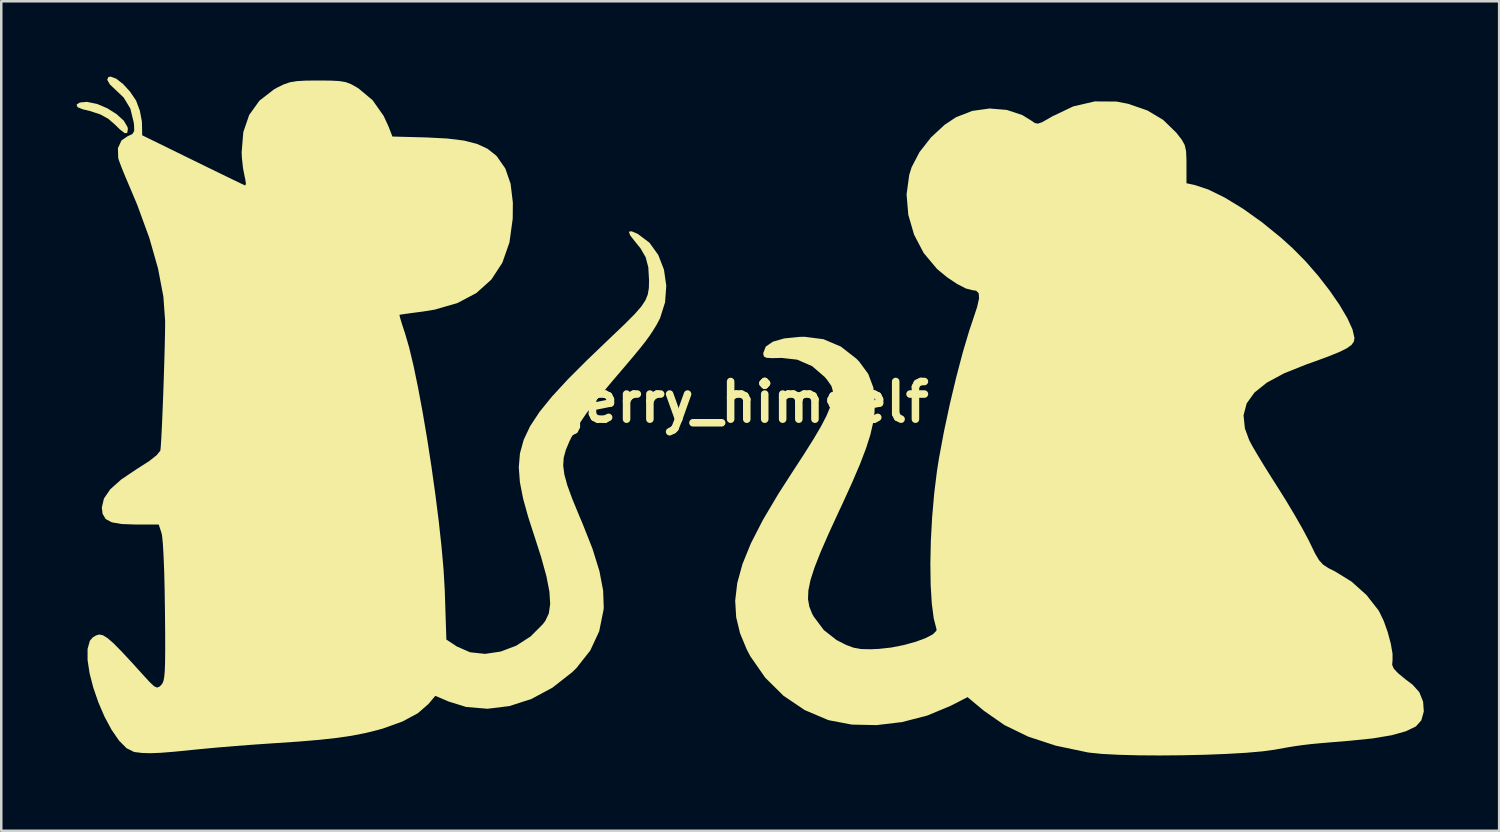
<source format=kicad_pcb>
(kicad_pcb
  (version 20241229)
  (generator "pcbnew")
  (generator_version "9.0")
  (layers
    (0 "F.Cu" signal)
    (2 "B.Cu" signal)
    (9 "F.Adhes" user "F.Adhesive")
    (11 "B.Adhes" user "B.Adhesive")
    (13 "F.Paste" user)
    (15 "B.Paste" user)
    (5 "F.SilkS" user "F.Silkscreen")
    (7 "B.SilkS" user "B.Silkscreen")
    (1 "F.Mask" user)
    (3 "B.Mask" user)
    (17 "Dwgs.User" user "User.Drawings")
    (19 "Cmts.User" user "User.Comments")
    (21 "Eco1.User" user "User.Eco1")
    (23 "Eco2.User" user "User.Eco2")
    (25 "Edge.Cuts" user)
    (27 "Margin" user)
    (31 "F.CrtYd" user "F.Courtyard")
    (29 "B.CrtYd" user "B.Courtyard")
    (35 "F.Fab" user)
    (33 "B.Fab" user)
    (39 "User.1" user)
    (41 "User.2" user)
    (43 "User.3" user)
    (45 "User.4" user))
  (footprint "jerry_himself"
    (layer "F.Cu")
    (at 26.715 12.959)
    (property "Reference" "jerry_himself" (at 0 0 0) (layer "F.SilkS") (effects (font (size 1.5 1.5) (thickness 0.3))))
    (attr board_only exclude_from_pos_files exclude_from_bom)
    (fp_poly (pts (xy -26.297 -11.952) (xy -25.901 -11.871) (xy -25.493 -11.698) (xy -25.122 -11.464) (xy -24.836 -11.203) (xy -24.686 -10.947) (xy -24.674 -10.866) (xy -24.702 -10.715) (xy -24.801 -10.709) (xy -24.991 -10.854) (xy -25.177 -11.038) (xy -25.453 -11.279) (xy -25.768 -11.453) (xy -26.19 -11.591) (xy -26.47 -11.658) (xy -26.683 -11.745) (xy -26.715 -11.847) (xy -26.586 -11.928) (xy -26.318 -11.953)) (stroke (width 0) (type solid)) (fill yes) (layer "F.SilkS"))
    (fp_poly (pts (xy 14.681 -11.966) (xy 15.141 -11.878) (xy 15.914 -11.611) (xy 16.54 -11.237) (xy 17.062 -10.728) (xy 17.074 -10.713) (xy 17.279 -10.45) (xy 17.398 -10.236) (xy 17.453 -9.997) (xy 17.468 -9.658) (xy 17.469 -9.473) (xy 17.469 -8.714) (xy 17.78 -8.648) (xy 18.338 -8.465) (xy 18.994 -8.142) (xy 19.716 -7.702) (xy 20.471 -7.164) (xy 21.226 -6.551) (xy 21.698 -6.124) (xy 22.213 -5.603) (xy 22.709 -5.033) (xy 23.165 -4.446) (xy 23.56 -3.874) (xy 23.871 -3.347) (xy 24.077 -2.899) (xy 24.156 -2.56) (xy 24.156 -2.546) (xy 24.13 -2.406) (xy 24.037 -2.276) (xy 23.852 -2.144) (xy 23.551 -1.995) (xy 23.108 -1.815) (xy 22.501 -1.593) (xy 22.253 -1.506) (xy 21.361 -1.15) (xy 20.669 -0.777) (xy 20.173 -0.379) (xy 19.865 0.052) (xy 19.741 0.524) (xy 19.794 1.045) (xy 19.966 1.514) (xy 20.086 1.74) (xy 20.296 2.099) (xy 20.57 2.55) (xy 20.886 3.054) (xy 21.077 3.353) (xy 21.429 3.914) (xy 21.774 4.491) (xy 22.082 5.029) (xy 22.319 5.473) (xy 22.392 5.62) (xy 22.588 6.025) (xy 22.745 6.29) (xy 22.908 6.469) (xy 23.124 6.61) (xy 23.392 6.745) (xy 24.041 7.146) (xy 24.636 7.679) (xy 25.104 8.277) (xy 25.147 8.348) (xy 25.323 8.713) (xy 25.48 9.156) (xy 25.602 9.612) (xy 25.672 10.015) (xy 25.672 10.301) (xy 25.668 10.317) (xy 25.658 10.464) (xy 25.724 10.612) (xy 25.893 10.793) (xy 26.191 11.038) (xy 26.469 11.247) (xy 26.738 11.547) (xy 26.889 11.923) (xy 26.917 12.316) (xy 26.818 12.668) (xy 26.603 12.91) (xy 26.2 13.104) (xy 25.632 13.262) (xy 24.885 13.387) (xy 24 13.478) (xy 23.319 13.534) (xy 22.799 13.578) (xy 22.394 13.617) (xy 22.061 13.657) (xy 21.753 13.701) (xy 21.424 13.756) (xy 21.03 13.827) (xy 20.994 13.834) (xy 20.501 13.902) (xy 19.847 13.959) (xy 19.07 14.004) (xy 18.211 14.038) (xy 17.311 14.058) (xy 16.41 14.066) (xy 15.548 14.06) (xy 14.765 14.039) (xy 14.102 14.004) (xy 13.599 13.953) (xy 13.534 13.943) (xy 12.269 13.677) (xy 11.172 13.318) (xy 10.225 12.858) (xy 9.407 12.289) (xy 9.379 12.266) (xy 8.753 11.744) (xy 8.083 12.088) (xy 7.148 12.478) (xy 6.146 12.737) (xy 5.128 12.858) (xy 4.144 12.837) (xy 3.245 12.666) (xy 3.191 12.65) (xy 2.268 12.258) (xy 1.428 11.691) (xy 0.7 10.971) (xy 0.109 10.122) (xy -0.037 9.845) (xy -0.303 9.203) (xy -0.458 8.561) (xy -0.497 7.901) (xy -0.415 7.203) (xy -0.208 6.449) (xy 0.129 5.621) (xy 0.602 4.698) (xy 1.214 3.663) (xy 1.752 2.827) (xy 2.245 2.07) (xy 2.63 1.458) (xy 2.92 0.964) (xy 3.128 0.565) (xy 3.267 0.238) (xy 3.35 -0.044) (xy 3.375 -0.173) (xy 3.395 -0.429) (xy 3.338 -0.636) (xy 3.174 -0.873) (xy 3.069 -0.999) (xy 2.567 -1.432) (xy 1.972 -1.691) (xy 1.355 -1.76) (xy 0.973 -1.751) (xy 0.754 -1.764) (xy 0.652 -1.811) (xy 0.623 -1.904) (xy 0.622 -1.957) (xy 0.72 -2.211) (xy 1.004 -2.407) (xy 1.46 -2.537) (xy 2.075 -2.598) (xy 2.267 -2.602) (xy 3.017 -2.505) (xy 3.709 -2.212) (xy 4.33 -1.728) (xy 4.44 -1.614) (xy 4.8 -1.123) (xy 5.004 -0.58) (xy 5.065 0.062) (xy 5.048 0.415) (xy 4.991 0.836) (xy 4.884 1.299) (xy 4.715 1.83) (xy 4.476 2.457) (xy 4.157 3.204) (xy 3.748 4.101) (xy 3.653 4.302) (xy 3.232 5.215) (xy 2.903 5.968) (xy 2.661 6.584) (xy 2.5 7.086) (xy 2.416 7.497) (xy 2.402 7.841) (xy 2.454 8.14) (xy 2.564 8.417) (xy 2.634 8.544) (xy 3.031 9.074) (xy 3.538 9.471) (xy 3.919 9.666) (xy 4.215 9.776) (xy 4.518 9.83) (xy 4.903 9.838) (xy 5.226 9.823) (xy 5.72 9.769) (xy 6.219 9.67) (xy 6.687 9.541) (xy 7.084 9.394) (xy 7.373 9.243) (xy 7.514 9.101) (xy 7.517 9.035) (xy 7.406 8.607) (xy 7.329 8.008) (xy 7.285 7.273) (xy 7.273 6.435) (xy 7.292 5.528) (xy 7.343 4.586) (xy 7.425 3.643) (xy 7.537 2.733) (xy 7.617 2.229) (xy 7.815 1.168) (xy 8.048 0.078) (xy 8.302 -0.989) (xy 8.564 -1.982) (xy 8.822 -2.85) (xy 8.968 -3.283) (xy 9.134 -3.785) (xy 9.211 -4.127) (xy 9.198 -4.335) (xy 9.095 -4.436) (xy 8.943 -4.458) (xy 8.686 -4.525) (xy 8.337 -4.705) (xy 7.948 -4.964) (xy 7.575 -5.27) (xy 7.53 -5.312) (xy 7.006 -5.938) (xy 6.624 -6.668) (xy 6.394 -7.459) (xy 6.326 -8.268) (xy 6.432 -9.051) (xy 6.529 -9.356) (xy 6.84 -9.953) (xy 7.295 -10.535) (xy 7.839 -11.04) (xy 8.292 -11.341) (xy 8.939 -11.593) (xy 9.631 -11.69) (xy 10.315 -11.633) (xy 10.939 -11.425) (xy 11.288 -11.21) (xy 11.428 -11.113) (xy 11.553 -11.087) (xy 11.719 -11.143) (xy 11.984 -11.292) (xy 12.115 -11.37) (xy 12.962 -11.774) (xy 13.819 -11.972)) (stroke (width 0) (type solid)) (fill yes) (layer "F.SilkS"))
    (fp_poly (pts (xy -25.138 -12.877) (xy -24.866 -12.664) (xy -24.593 -12.367) (xy -24.367 -12.035) (xy -24.341 -11.987) (xy -24.197 -11.6) (xy -24.118 -11.18) (xy -24.113 -11.091) (xy -24.104 -10.623) (xy -22.098 -9.64) (xy -21.503 -9.349) (xy -20.97 -9.089) (xy -20.527 -8.874) (xy -20.204 -8.718) (xy -20.027 -8.634) (xy -20.005 -8.624) (xy -19.975 -8.69) (xy -20.004 -8.894) (xy -20.026 -8.981) (xy -20.091 -9.319) (xy -20.136 -9.737) (xy -20.145 -9.947) (xy -20.079 -10.75) (xy -19.844 -11.434) (xy -19.439 -11.999) (xy -18.864 -12.446) (xy -18.728 -12.522) (xy -18.465 -12.651) (xy -18.224 -12.733) (xy -17.948 -12.779) (xy -17.577 -12.8) (xy -17.098 -12.804) (xy -16.6 -12.8) (xy -16.253 -12.782) (xy -16.001 -12.739) (xy -15.79 -12.659) (xy -15.563 -12.532) (xy -15.493 -12.489) (xy -14.935 -12.024) (xy -14.492 -11.395) (xy -14.293 -10.963) (xy -14.143 -10.573) (xy -12.799 -10.538) (xy -11.958 -10.495) (xy -11.291 -10.412) (xy -10.768 -10.278) (xy -10.358 -10.087) (xy -10.03 -9.83) (xy -9.981 -9.78) (xy -9.648 -9.301) (xy -9.438 -8.694) (xy -9.348 -7.942) (xy -9.354 -7.3) (xy -9.484 -6.355) (xy -9.768 -5.547) (xy -10.206 -4.877) (xy -10.8 -4.344) (xy -11.551 -3.946) (xy -12.459 -3.683) (xy -12.918 -3.608) (xy -13.328 -3.554) (xy -13.65 -3.51) (xy -13.836 -3.482) (xy -13.863 -3.476) (xy -13.843 -3.379) (xy -13.771 -3.136) (xy -13.66 -2.796) (xy -13.642 -2.742) (xy -13.478 -2.18) (xy -13.302 -1.446) (xy -13.121 -0.571) (xy -12.938 0.411) (xy -12.759 1.466) (xy -12.59 2.562) (xy -12.435 3.664) (xy -12.299 4.739) (xy -12.188 5.755) (xy -12.106 6.677) (xy -12.06 7.473) (xy -12.057 7.551) (xy -11.995 9.452) (xy -11.577 9.728) (xy -11.052 9.958) (xy -10.457 10.022) (xy -9.832 9.93) (xy -9.214 9.696) (xy -8.642 9.329) (xy -8.155 8.84) (xy -8.053 8.703) (xy -7.916 8.412) (xy -7.862 8.032) (xy -7.893 7.544) (xy -8.013 6.927) (xy -8.224 6.163) (xy -8.464 5.416) (xy -8.736 4.577) (xy -8.94 3.842) (xy -9.068 3.187) (xy -9.112 2.593) (xy -9.065 2.038) (xy -8.917 1.5) (xy -8.661 0.958) (xy -8.288 0.391) (xy -7.79 -0.223) (xy -7.16 -0.906) (xy -6.389 -1.677) (xy -5.468 -2.56) (xy -5.379 -2.644) (xy -4.871 -3.129) (xy -4.498 -3.505) (xy -4.237 -3.803) (xy -4.07 -4.055) (xy -3.976 -4.289) (xy -3.934 -4.537) (xy -3.926 -4.83) (xy -3.926 -4.846) (xy -3.956 -5.368) (xy -4.061 -5.768) (xy -4.269 -6.127) (xy -4.465 -6.368) (xy -4.677 -6.639) (xy -4.729 -6.785) (xy -4.621 -6.802) (xy -4.376 -6.698) (xy -3.909 -6.346) (xy -3.558 -5.857) (xy -3.332 -5.272) (xy -3.24 -4.631) (xy -3.289 -3.973) (xy -3.489 -3.339) (xy -3.63 -3.072) (xy -3.769 -2.847) (xy -3.906 -2.64) (xy -4.064 -2.423) (xy -4.266 -2.166) (xy -4.534 -1.841) (xy -4.891 -1.418) (xy -5.36 -0.87) (xy -5.391 -0.833) (xy -5.967 -0.143) (xy -6.415 0.438) (xy -6.758 0.943) (xy -7.019 1.402) (xy -7.098 1.566) (xy -7.239 1.901) (xy -7.323 2.209) (xy -7.344 2.525) (xy -7.298 2.881) (xy -7.18 3.312) (xy -6.983 3.851) (xy -6.703 4.531) (xy -6.585 4.807) (xy -6.177 5.838) (xy -5.901 6.729) (xy -5.754 7.5) (xy -5.73 8.166) (xy -5.738 8.269) (xy -5.911 9.123) (xy -6.267 9.889) (xy -6.815 10.584) (xy -6.994 10.758) (xy -7.775 11.369) (xy -8.615 11.819) (xy -9.486 12.1) (xy -10.361 12.207) (xy -11.212 12.134) (xy -11.916 11.915) (xy -12.435 11.692) (xy -12.711 12.02) (xy -13.13 12.384) (xy -13.738 12.712) (xy -14.517 12.993) (xy -14.741 13.056) (xy -15.239 13.178) (xy -15.763 13.28) (xy -16.348 13.366) (xy -17.03 13.442) (xy -17.847 13.511) (xy -18.834 13.578) (xy -18.869 13.58) (xy -19.603 13.63) (xy -20.399 13.69) (xy -21.179 13.756) (xy -21.864 13.82) (xy -22.104 13.844) (xy -22.82 13.916) (xy -23.368 13.96) (xy -23.787 13.976) (xy -24.115 13.966) (xy -24.389 13.932) (xy -24.433 13.924) (xy -24.727 13.778) (xy -25.027 13.474) (xy -25.322 13.046) (xy -25.6 12.53) (xy -25.846 11.96) (xy -26.05 11.369) (xy -26.199 10.793) (xy -26.279 10.267) (xy -26.279 9.824) (xy -26.187 9.499) (xy -26.078 9.373) (xy -25.942 9.287) (xy -25.812 9.251) (xy -25.666 9.282) (xy -25.484 9.394) (xy -25.244 9.602) (xy -24.927 9.924) (xy -24.51 10.373) (xy -24.079 10.848) (xy -23.804 11.147) (xy -23.628 11.312) (xy -23.512 11.364) (xy -23.418 11.327) (xy -23.353 11.268) (xy -23.299 11.198) (xy -23.256 11.095) (xy -23.226 10.934) (xy -23.205 10.692) (xy -23.193 10.342) (xy -23.188 9.862) (xy -23.19 9.225) (xy -23.197 8.409) (xy -23.198 8.316) (xy -23.21 7.492) (xy -23.228 6.754) (xy -23.253 6.128) (xy -23.281 5.641) (xy -23.313 5.318) (xy -23.335 5.21) (xy -23.446 4.873) (xy -24.348 4.873) (xy -24.919 4.853) (xy -25.313 4.785) (xy -25.558 4.654) (xy -25.681 4.448) (xy -25.711 4.197) (xy -25.628 3.838) (xy -25.374 3.468) (xy -24.937 3.078) (xy -24.309 2.656) (xy -24.244 2.616) (xy -23.82 2.343) (xy -23.525 2.109) (xy -23.386 1.937) (xy -23.38 1.918) (xy -23.363 1.749) (xy -23.342 1.408) (xy -23.318 0.932) (xy -23.293 0.356) (xy -23.268 -0.284) (xy -23.245 -0.952) (xy -23.224 -1.613) (xy -23.207 -2.23) (xy -23.195 -2.767) (xy -23.191 -3.189) (xy -23.19 -3.214) (xy -23.261 -4.202) (xy -23.473 -5.317) (xy -23.821 -6.539) (xy -24.3 -7.85) (xy -24.596 -8.553) (xy -24.778 -8.98) (xy -24.932 -9.358) (xy -25.033 -9.631) (xy -25.059 -9.717) (xy -25.071 -10.109) (xy -24.929 -10.418) (xy -24.681 -10.588) (xy -24.496 -10.671) (xy -24.422 -10.793) (xy -24.428 -11.025) (xy -24.44 -11.125) (xy -24.575 -11.685) (xy -24.841 -12.125) (xy -25.141 -12.411) (xy -25.391 -12.648) (xy -25.497 -12.834) (xy -25.45 -12.942) (xy -25.356 -12.959)) (stroke (width 0) (type solid)) (fill yes) (layer "F.SilkS")))
  (gr_rect
    (start -3 -3)
    (end 56.632 30.025)
    (stroke (width 0.1) (type default))
    (fill no)
    (layer "Edge.Cuts")))
</source>
